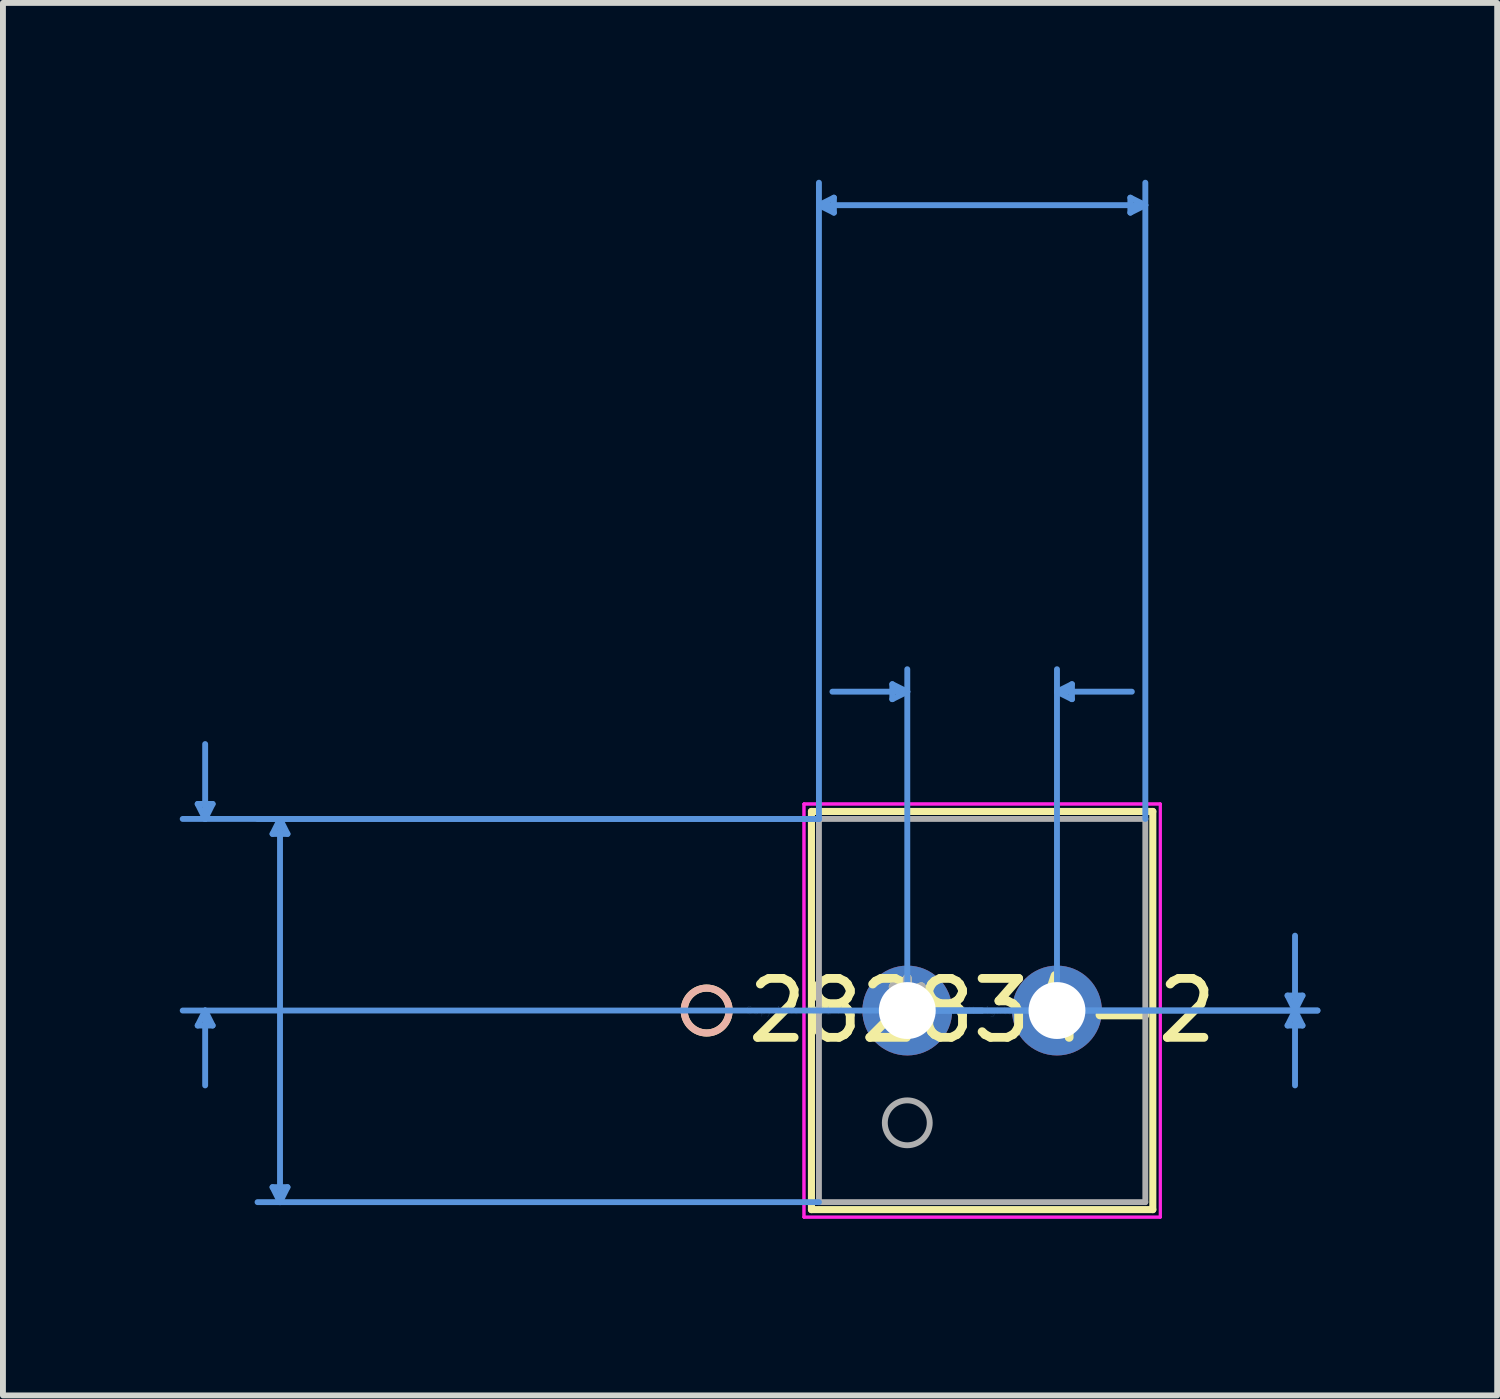
<source format=kicad_pcb>
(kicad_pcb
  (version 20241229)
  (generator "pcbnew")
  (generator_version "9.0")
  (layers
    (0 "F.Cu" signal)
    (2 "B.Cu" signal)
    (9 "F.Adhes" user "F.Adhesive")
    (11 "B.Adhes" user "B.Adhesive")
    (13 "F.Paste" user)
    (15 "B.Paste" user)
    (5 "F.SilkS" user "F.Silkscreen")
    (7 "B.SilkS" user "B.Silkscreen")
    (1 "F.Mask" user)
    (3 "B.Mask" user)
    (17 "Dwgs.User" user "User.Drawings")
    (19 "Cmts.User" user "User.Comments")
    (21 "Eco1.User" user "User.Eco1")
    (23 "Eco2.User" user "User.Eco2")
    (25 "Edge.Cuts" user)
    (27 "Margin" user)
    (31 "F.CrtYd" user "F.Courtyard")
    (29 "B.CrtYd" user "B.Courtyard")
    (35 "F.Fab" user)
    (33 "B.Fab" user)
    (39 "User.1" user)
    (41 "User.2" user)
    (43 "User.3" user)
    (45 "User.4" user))
  (footprint "282834-2"
    (layer "F.Cu")
    (at 12.344 14.096)
    (property "Reference" "282834-2" (at 1.27 0 0) (layer "F.SilkS") (effects (font (size 1 1) (thickness 0.15))))
    (attr through_hole)
    (fp_line (start -1.626 -3.378) (end -1.626 3.378) (stroke (width 0.12) (type solid)) (layer "F.SilkS"))
    (fp_line (start -1.626 3.378) (end 4.166 3.378) (stroke (width 0.12) (type solid)) (layer "F.SilkS"))
    (fp_line (start 4.166 -3.378) (end -1.626 -3.378) (stroke (width 0.12) (type solid)) (layer "F.SilkS"))
    (fp_line (start 4.166 3.378) (end 4.166 -3.378) (stroke (width 0.12) (type solid)) (layer "F.SilkS"))
    (fp_circle (center -3.404 0) (end -3.023 0) (stroke (width 0.12) (type solid)) (fill no) (layer "F.SilkS"))
    (fp_circle (center -3.404 0) (end -3.023 0) (stroke (width 0.12) (type solid)) (fill no) (layer "B.SilkS"))
    (fp_line (start -12.04 -3.505) (end -11.786 -3.505) (stroke (width 0.1) (type solid)) (layer "Cmts.User"))
    (fp_line (start -12.04 0.254) (end -11.786 0.254) (stroke (width 0.1) (type solid)) (layer "Cmts.User"))
    (fp_line (start -11.913 -3.251) (end -12.04 -3.505) (stroke (width 0.1) (type solid)) (layer "Cmts.User"))
    (fp_line (start -11.913 -3.251) (end -11.913 -4.521) (stroke (width 0.1) (type solid)) (layer "Cmts.User"))
    (fp_line (start -11.913 -3.251) (end -11.786 -3.505) (stroke (width 0.1) (type solid)) (layer "Cmts.User"))
    (fp_line (start -11.913 0) (end -12.04 0.254) (stroke (width 0.1) (type solid)) (layer "Cmts.User"))
    (fp_line (start -11.913 0) (end -11.913 1.27) (stroke (width 0.1) (type solid)) (layer "Cmts.User"))
    (fp_line (start -11.913 0) (end -11.786 0.254) (stroke (width 0.1) (type solid)) (layer "Cmts.User"))
    (fp_line (start -10.77 -2.997) (end -10.516 -2.997) (stroke (width 0.1) (type solid)) (layer "Cmts.User"))
    (fp_line (start -10.77 2.997) (end -10.516 2.997) (stroke (width 0.1) (type solid)) (layer "Cmts.User"))
    (fp_line (start -10.643 -3.251) (end -10.77 -2.997) (stroke (width 0.1) (type solid)) (layer "Cmts.User"))
    (fp_line (start -10.643 -3.251) (end -10.643 3.251) (stroke (width 0.1) (type solid)) (layer "Cmts.User"))
    (fp_line (start -10.643 -3.251) (end -10.516 -2.997) (stroke (width 0.1) (type solid)) (layer "Cmts.User"))
    (fp_line (start -10.643 3.251) (end -10.77 2.997) (stroke (width 0.1) (type solid)) (layer "Cmts.User"))
    (fp_line (start -10.643 3.251) (end -10.516 2.997) (stroke (width 0.1) (type solid)) (layer "Cmts.User"))
    (fp_line (start -1.499 -13.665) (end -1.245 -13.792) (stroke (width 0.1) (type solid)) (layer "Cmts.User"))
    (fp_line (start -1.499 -13.665) (end -1.245 -13.538) (stroke (width 0.1) (type solid)) (layer "Cmts.User"))
    (fp_line (start -1.499 -13.665) (end 4.039 -13.665) (stroke (width 0.1) (type solid)) (layer "Cmts.User"))
    (fp_line (start -1.499 -3.251) (end -12.294 -3.251) (stroke (width 0.1) (type solid)) (layer "Cmts.User"))
    (fp_line (start -1.499 -3.251) (end -11.024 -3.251) (stroke (width 0.1) (type solid)) (layer "Cmts.User"))
    (fp_line (start -1.499 -3.251) (end -1.499 -14.046) (stroke (width 0.1) (type solid)) (layer "Cmts.User"))
    (fp_line (start -1.499 3.251) (end -11.024 3.251) (stroke (width 0.1) (type solid)) (layer "Cmts.User"))
    (fp_line (start -1.245 -13.792) (end -1.245 -13.538) (stroke (width 0.1) (type solid)) (layer "Cmts.User"))
    (fp_line (start -0.254 -5.537) (end -0.254 -5.283) (stroke (width 0.1) (type solid)) (layer "Cmts.User"))
    (fp_line (start 0 -5.41) (end -1.27 -5.41) (stroke (width 0.1) (type solid)) (layer "Cmts.User"))
    (fp_line (start 0 -5.41) (end -0.254 -5.537) (stroke (width 0.1) (type solid)) (layer "Cmts.User"))
    (fp_line (start 0 -5.41) (end -0.254 -5.283) (stroke (width 0.1) (type solid)) (layer "Cmts.User"))
    (fp_line (start 0 0) (end 0 -5.791) (stroke (width 0.1) (type solid)) (layer "Cmts.User"))
    (fp_line (start 0 0) (end 6.96 0) (stroke (width 0.1) (type solid)) (layer "Cmts.User"))
    (fp_line (start 0 0) (end 6.96 0) (stroke (width 0.1) (type solid)) (layer "Cmts.User"))
    (fp_line (start 1.27 0) (end -12.294 0) (stroke (width 0.1) (type solid)) (layer "Cmts.User"))
    (fp_line (start 2.54 -5.41) (end 2.794 -5.537) (stroke (width 0.1) (type solid)) (layer "Cmts.User"))
    (fp_line (start 2.54 -5.41) (end 2.794 -5.283) (stroke (width 0.1) (type solid)) (layer "Cmts.User"))
    (fp_line (start 2.54 -5.41) (end 3.81 -5.41) (stroke (width 0.1) (type solid)) (layer "Cmts.User"))
    (fp_line (start 2.54 0) (end 2.54 -5.791) (stroke (width 0.1) (type solid)) (layer "Cmts.User"))
    (fp_line (start 2.794 -5.537) (end 2.794 -5.283) (stroke (width 0.1) (type solid)) (layer "Cmts.User"))
    (fp_line (start 3.785 -13.792) (end 3.785 -13.538) (stroke (width 0.1) (type solid)) (layer "Cmts.User"))
    (fp_line (start 4.039 -13.665) (end 3.785 -13.792) (stroke (width 0.1) (type solid)) (layer "Cmts.User"))
    (fp_line (start 4.039 -13.665) (end 3.785 -13.538) (stroke (width 0.1) (type solid)) (layer "Cmts.User"))
    (fp_line (start 4.039 -3.251) (end 4.039 -14.046) (stroke (width 0.1) (type solid)) (layer "Cmts.User"))
    (fp_line (start 6.452 -0.254) (end 6.706 -0.254) (stroke (width 0.1) (type solid)) (layer "Cmts.User"))
    (fp_line (start 6.452 0.254) (end 6.706 0.254) (stroke (width 0.1) (type solid)) (layer "Cmts.User"))
    (fp_line (start 6.579 0) (end 6.452 -0.254) (stroke (width 0.1) (type solid)) (layer "Cmts.User"))
    (fp_line (start 6.579 0) (end 6.452 0.254) (stroke (width 0.1) (type solid)) (layer "Cmts.User"))
    (fp_line (start 6.579 0) (end 6.579 -1.27) (stroke (width 0.1) (type solid)) (layer "Cmts.User"))
    (fp_line (start 6.579 0) (end 6.579 1.27) (stroke (width 0.1) (type solid)) (layer "Cmts.User"))
    (fp_line (start 6.579 0) (end 6.706 -0.254) (stroke (width 0.1) (type solid)) (layer "Cmts.User"))
    (fp_line (start 6.579 0) (end 6.706 0.254) (stroke (width 0.1) (type solid)) (layer "Cmts.User"))
    (fp_line (start -1.753 -3.505) (end -1.753 3.505) (stroke (width 0.05) (type solid)) (layer "F.CrtYd"))
    (fp_line (start -1.753 -3.505) (end -1.753 3.505) (stroke (width 0.05) (type solid)) (layer "F.CrtYd"))
    (fp_line (start -1.753 3.505) (end 4.293 3.505) (stroke (width 0.05) (type solid)) (layer "F.CrtYd"))
    (fp_line (start -1.753 3.505) (end 4.293 3.505) (stroke (width 0.05) (type solid)) (layer "F.CrtYd"))
    (fp_line (start 4.293 -3.505) (end -1.753 -3.505) (stroke (width 0.05) (type solid)) (layer "F.CrtYd"))
    (fp_line (start 4.293 -3.505) (end -1.753 -3.505) (stroke (width 0.05) (type solid)) (layer "F.CrtYd"))
    (fp_line (start 4.293 3.505) (end 4.293 -3.505) (stroke (width 0.05) (type solid)) (layer "F.CrtYd"))
    (fp_line (start 4.293 3.505) (end 4.293 -3.505) (stroke (width 0.05) (type solid)) (layer "F.CrtYd"))
    (fp_line (start -1.499 -3.251) (end -1.499 3.251) (stroke (width 0.1) (type solid)) (layer "F.Fab"))
    (fp_line (start -1.499 3.251) (end 4.039 3.251) (stroke (width 0.1) (type solid)) (layer "F.Fab"))
    (fp_line (start 4.039 -3.251) (end -1.499 -3.251) (stroke (width 0.1) (type solid)) (layer "F.Fab"))
    (fp_line (start 4.039 3.251) (end 4.039 -3.251) (stroke (width 0.1) (type solid)) (layer "F.Fab"))
    (fp_circle (center 0 1.905) (end 0.381 1.905) (stroke (width 0.1) (type solid)) (fill no) (layer "F.Fab"))
    (fp_text user "*" (at 0 0 0) (layer "F.SilkS") (effects (font (size 1 1) (thickness 0.15))))
    (fp_text user "Copyright 2021 Accelerated Designs. All rights reserved." (at 0 0 0) (layer "Cmts.User") (effects (font (size 0.127 0.127) (thickness 0.002))))
    (fp_text user "*" (at 0 0 0) (layer "F.Fab") (effects (font (size 1 1) (thickness 0.15))))
    (pad "1" thru_hole circle (at 0 0) (size 1.524 1.524) (drill 0.965) (layers "*.Cu" "*.Mask"))
    (pad "2" thru_hole circle (at 2.54 0) (size 1.524 1.524) (drill 0.965) (layers "*.Cu" "*.Mask")))
  (gr_rect
    (start -3 -3)
    (end 22.353 20.626)
    (stroke (width 0.1) (type default))
    (fill no)
    (layer "Edge.Cuts")))
</source>
